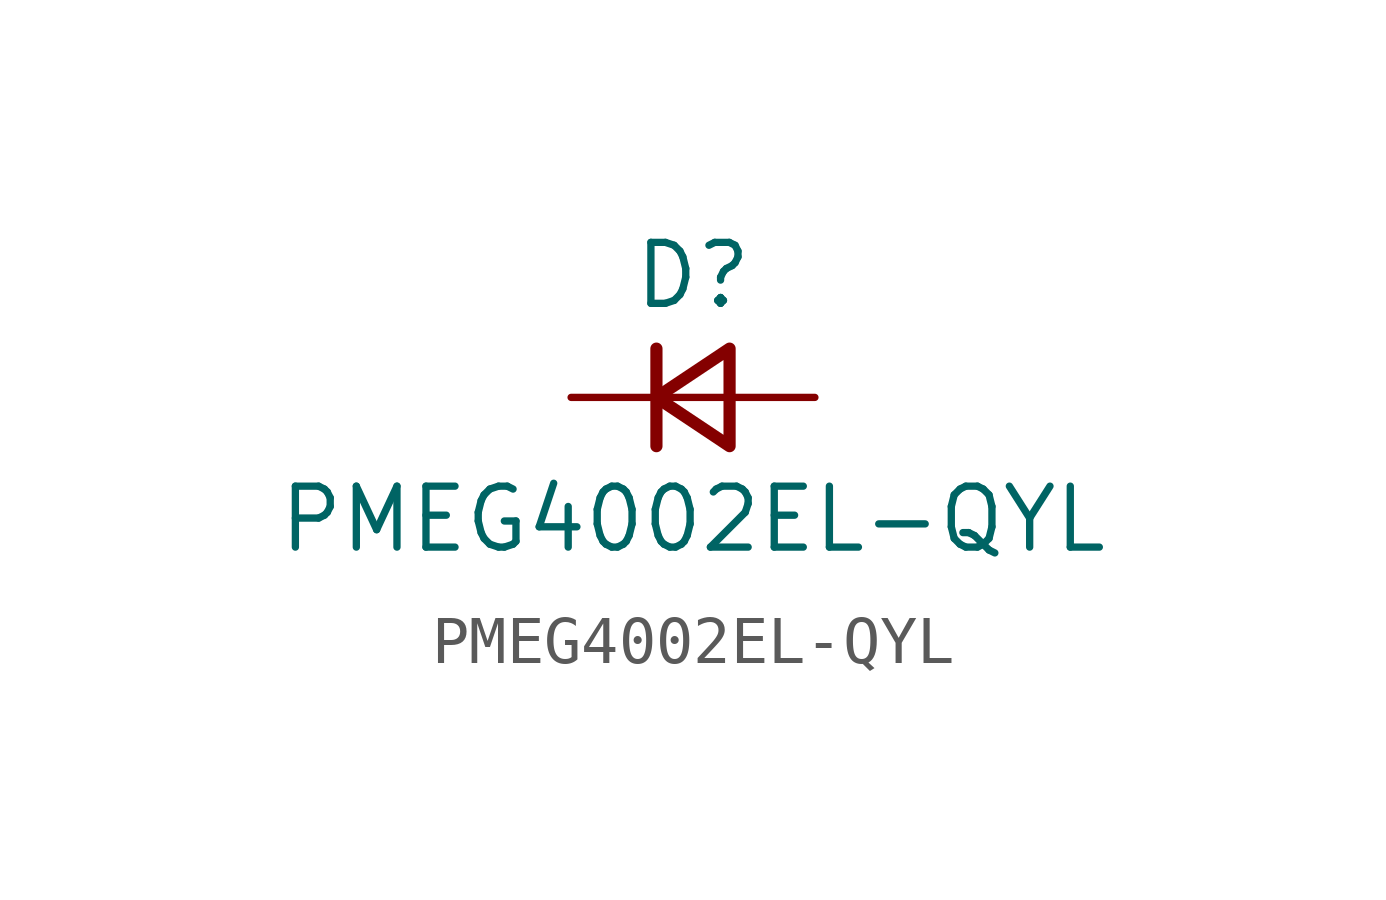
<source format=kicad_sym>
(kicad_symbol_lib
  (version 20241209)
  (generator "kicad_symbol_editor")
  (generator_version "9.0")
  (symbol "PMEG4002EL-QYL"
    (pin_numbers
      (hide yes))
    (pin_names
      (offset 0.254)
      (hide yes))
    (property "Reference" "D"
      (at 0 2.54 0)
      (effects (font (size 1.27 1.27))))
    (property "Value" "PMEG4002EL-QYL"
      (at 0 -2.54 0)
      (effects (font (size 1.27 1.27))))
    (symbol "PMEG4002EL-QYL_0_1"
      (polyline (pts (xy -0.762 0) (xy 0.762 0)) (stroke (width 0) (type default)) (fill (type none)))
      (polyline (pts (xy -0.762 -1.016) (xy -0.762 1.016)) (stroke (width 0.254) (type default)) (fill (type none)))
      (polyline (pts (xy 0.762 -1.016) (xy -0.762 0) (xy 0.762 1.016) (xy 0.762 -1.016)) (stroke (width 0.254) (type default)) (fill (type none))))
    (symbol "PMEG4002EL-QYL_1_1"
      (pin passive line (at -2.54 0 0) (length 1.778) (name "K" (effects (font (size 1.27 1.27)))) (number "1" (effects (font (size 1.27 1.27)))))
      (pin passive line (at 2.54 0 180) (length 1.778) (name "A" (effects (font (size 1.27 1.27)))) (number "2" (effects (font (size 1.27 1.27))))))))
</source>
